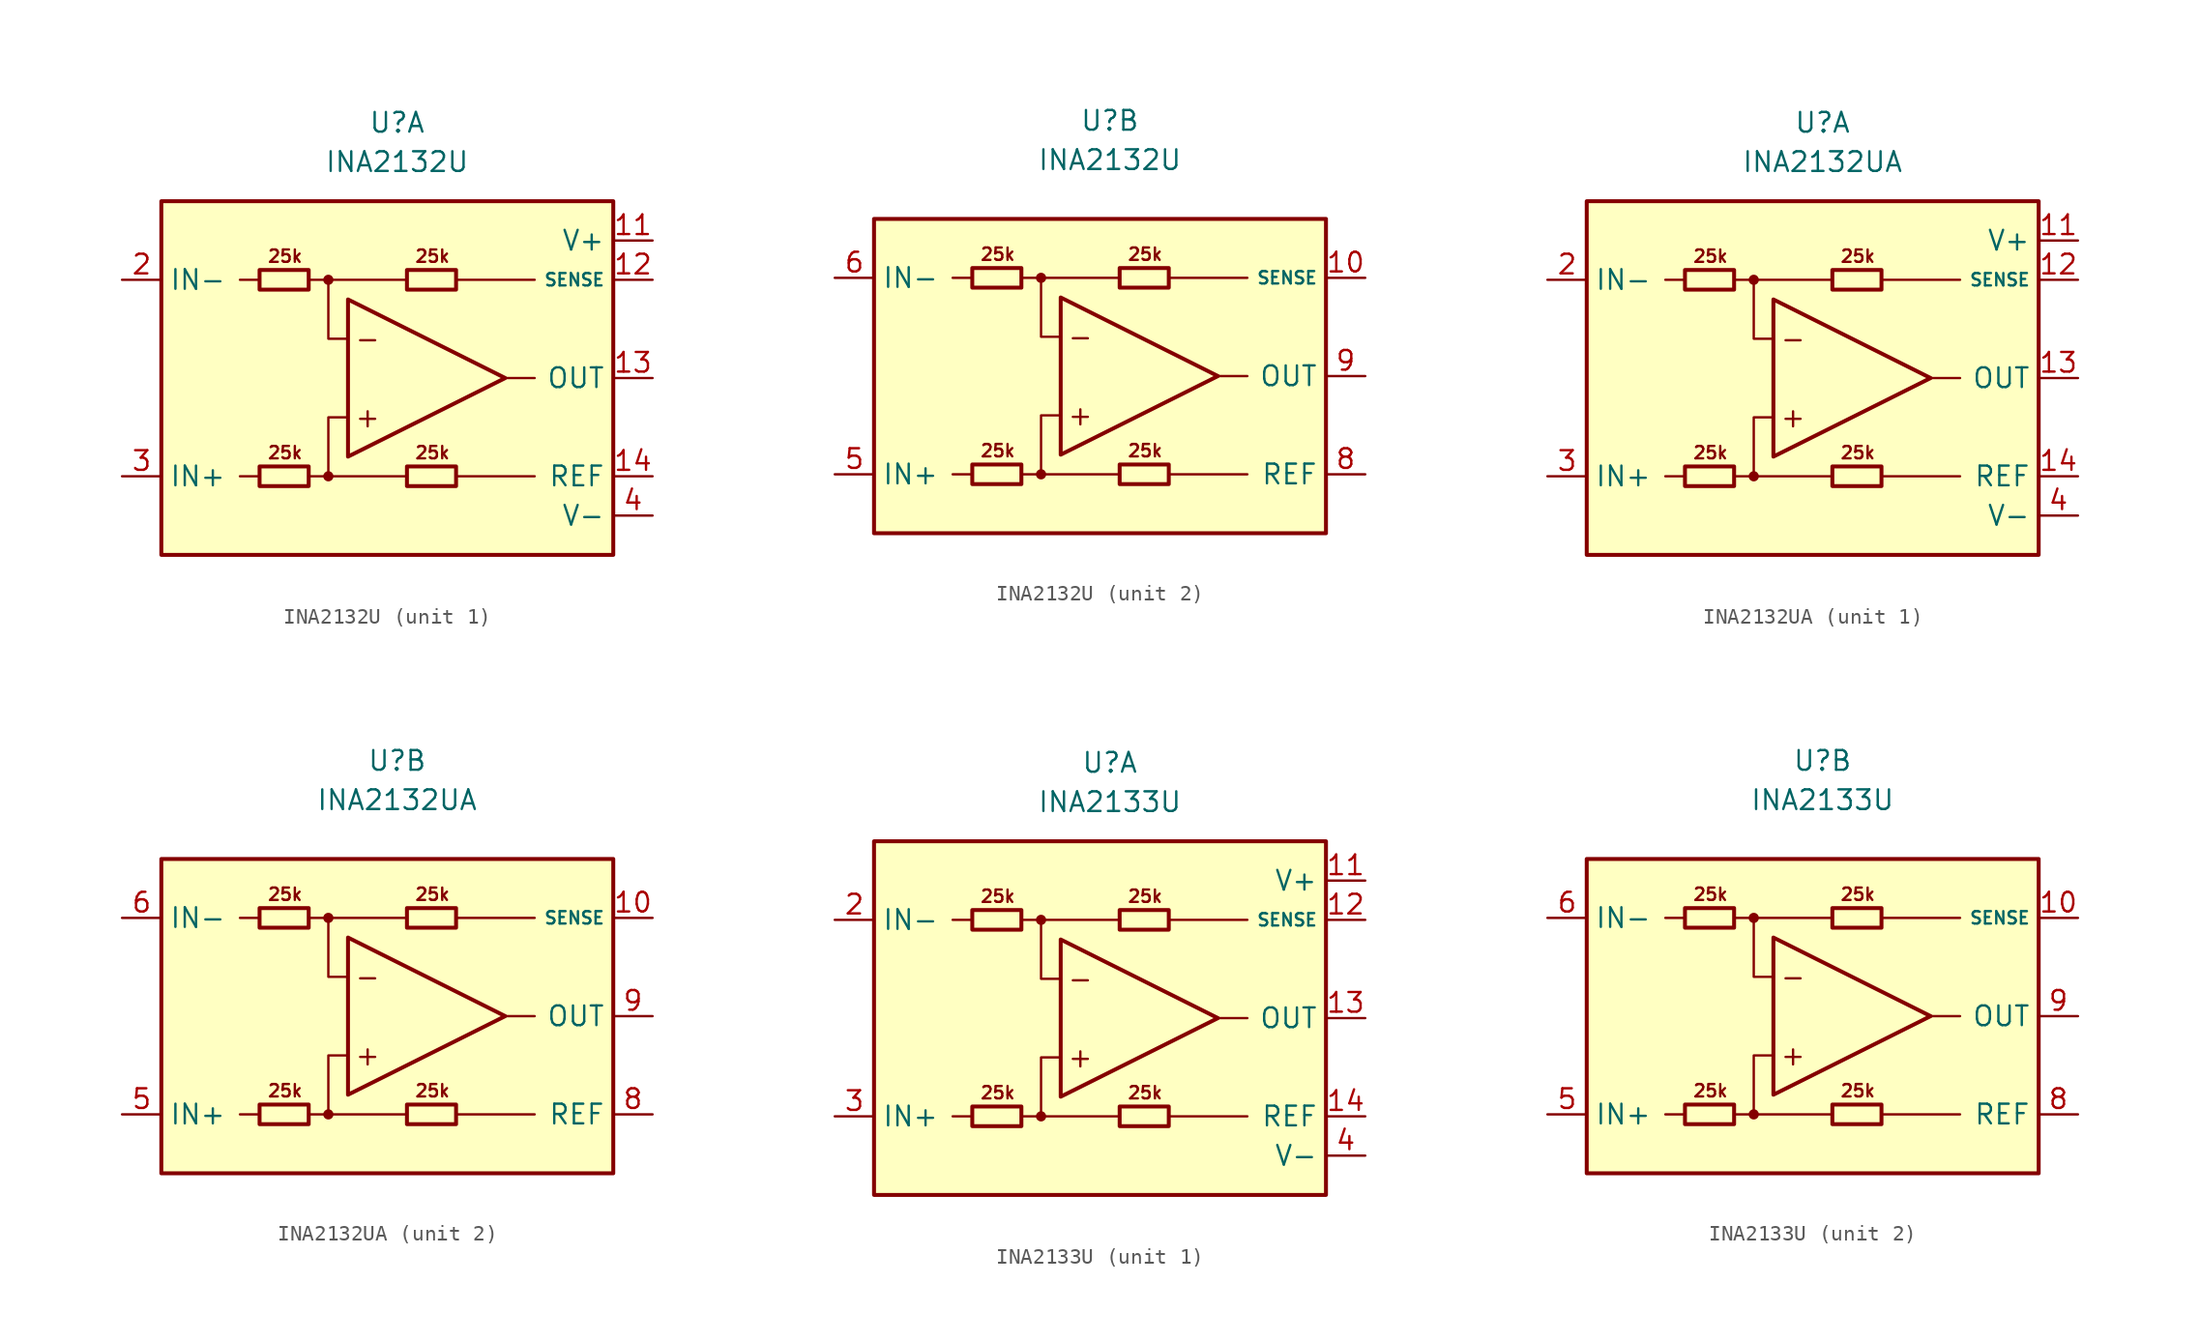
<source format=kicad_sym>
(kicad_symbol_lib
  (version 20211014)
  (generator kicad_symbol_editor)
  (symbol "INA2132U"
    (property "Reference" "U"
      (at 0 16.51 0)
      (effects (font (size 1.27 1.27))))
    (property "Value" "INA2132U"
      (at 0 13.97 0)
      (effects (font (size 1.27 1.27))))
    (property "ki_locked" ""
      (at 0 0 0)
      (effects (font (size 1.27 1.27))))
    (symbol "INA2132U_0_0"
      (circle (center -4.445 -6.35) (radius 0.254) (stroke (width 0.152) (type default) (color 0 0 0 0)) (fill (type outline)))
      (circle (center -4.445 6.35) (radius 0.254) (stroke (width 0.152) (type default) (color 0 0 0 0)) (fill (type outline)))
      (polyline (pts (xy -8.89 -6.35) (xy -10.16 -6.35)) (stroke (width 0.152) (type default) (color 0 0 0 0)) (fill (type none)))
      (polyline (pts (xy -8.89 6.35) (xy -10.16 6.35)) (stroke (width 0.152) (type default) (color 0 0 0 0)) (fill (type none)))
      (polyline (pts (xy -4.445 6.35) (xy 0.635 6.35)) (stroke (width 0.152) (type default) (color 0 0 0 0)) (fill (type none)))
      (polyline (pts (xy 0.635 -6.35) (xy -4.445 -6.35)) (stroke (width 0.152) (type default) (color 0 0 0 0)) (fill (type none)))
      (polyline (pts (xy 3.81 -6.35) (xy 8.89 -6.35)) (stroke (width 0.152) (type default) (color 0 0 0 0)) (fill (type none)))
      (polyline (pts (xy 3.81 6.35) (xy 8.89 6.35)) (stroke (width 0.152) (type default) (color 0 0 0 0)) (fill (type none)))
      (polyline (pts (xy 6.985 0) (xy 8.89 0)) (stroke (width 0.152) (type default) (color 0 0 0 0)) (fill (type none)))
      (polyline (pts (xy -5.715 -6.35) (xy -4.445 -6.35) (xy -4.445 -2.54) (xy -3.175 -2.54)) (stroke (width 0.152) (type default) (color 0 0 0 0)) (fill (type none)))
      (polyline (pts (xy -3.175 2.54) (xy -4.445 2.54) (xy -4.445 6.35) (xy -5.715 6.35)) (stroke (width 0.152) (type default) (color 0 0 0 0)) (fill (type none)))
      (text "+" (at -1.905 -2.54 0) (effects (font (size 1.27 1.27))))
      (text "-" (at -1.905 2.54 0) (effects (font (size 1.27 1.27))))
      (text "25k" (at -7.239 -4.826 0) (effects (font (size 0.8 0.8))))
      (text "25k" (at -7.239 7.874 0) (effects (font (size 0.8 0.8))))
      (text "25k" (at 2.286 -4.826 0) (effects (font (size 0.8 0.8))))
      (text "25k" (at 2.286 7.874 0) (effects (font (size 0.8 0.8)))))
    (symbol "INA2132U_0_1"
      (rectangle (start -8.89 -5.715) (end -5.715 -6.985) (stroke (width 0.254) (type default) (color 0 0 0 0)) (fill (type none)))
      (rectangle (start -8.89 6.985) (end -5.715 5.715) (stroke (width 0.254) (type default) (color 0 0 0 0)) (fill (type none)))
      (polyline (pts (xy -3.175 5.08) (xy -3.175 -5.08) (xy 6.985 0) (xy -3.175 5.08)) (stroke (width 0.254) (type default) (color 0 0 0 0)) (fill (type none)))
      (rectangle (start 0.635 -5.715) (end 3.81 -6.985) (stroke (width 0.254) (type default) (color 0 0 0 0)) (fill (type none)))
      (rectangle (start 0.635 6.985) (end 3.81 5.715) (stroke (width 0.254) (type default) (color 0 0 0 0)) (fill (type none))))
    (symbol "INA2132U_1_0"
      (rectangle (start -15.24 11.43) (end 13.97 -11.43) (stroke (width 0.254) (type default) (color 0 0 0 0)) (fill (type background))))
    (symbol "INA2132U_1_1"
      (pin no_connect line (at -10.16 1.27 0) (length 2.54) hide (name "NC" (effects (font (size 1.27 1.27)))) (number "1" (effects (font (size 1.27 1.27)))))
      (pin power_in line (at 16.51 8.89 180) (length 2.54) (name "V+" (effects (font (size 1.27 1.27)))) (number "11" (effects (font (size 1.27 1.27)))))
      (pin input line (at 16.51 6.35 180) (length 2.54) (name "SENSE" (effects (font (size 0.8 0.8)))) (number "12" (effects (font (size 1.27 1.27)))))
      (pin output line (at 16.51 0 180) (length 2.54) (name "OUT" (effects (font (size 1.27 1.27)))) (number "13" (effects (font (size 1.27 1.27)))))
      (pin input line (at 16.51 -6.35 180) (length 2.54) (name "REF" (effects (font (size 1.27 1.27)))) (number "14" (effects (font (size 1.27 1.27)))))
      (pin input line (at -17.78 6.35 0) (length 2.54) (name "IN-" (effects (font (size 1.27 1.27)))) (number "2" (effects (font (size 1.27 1.27)))))
      (pin input line (at -17.78 -6.35 0) (length 2.54) (name "IN+" (effects (font (size 1.27 1.27)))) (number "3" (effects (font (size 1.27 1.27)))))
      (pin power_in line (at 16.51 -8.89 180) (length 2.54) (name "V-" (effects (font (size 1.27 1.27)))) (number "4" (effects (font (size 1.27 1.27)))))
      (pin no_connect line (at -10.16 -1.27 0) (length 2.54) hide (name "NC" (effects (font (size 1.27 1.27)))) (number "7" (effects (font (size 1.27 1.27))))))
    (symbol "INA2132U_2_0"
      (rectangle (start -15.24 10.16) (end 13.97 -10.16) (stroke (width 0.254) (type default) (color 0 0 0 0)) (fill (type background))))
    (symbol "INA2132U_2_1"
      (pin input line (at 16.51 6.35 180) (length 2.54) (name "SENSE" (effects (font (size 0.8 0.8)))) (number "10" (effects (font (size 1.27 1.27)))))
      (pin input line (at -17.78 -6.35 0) (length 2.54) (name "IN+" (effects (font (size 1.27 1.27)))) (number "5" (effects (font (size 1.27 1.27)))))
      (pin input line (at -17.78 6.35 0) (length 2.54) (name "IN-" (effects (font (size 1.27 1.27)))) (number "6" (effects (font (size 1.27 1.27)))))
      (pin input line (at 16.51 -6.35 180) (length 2.54) (name "REF" (effects (font (size 1.27 1.27)))) (number "8" (effects (font (size 1.27 1.27)))))
      (pin output line (at 16.51 0 180) (length 2.54) (name "OUT" (effects (font (size 1.27 1.27)))) (number "9" (effects (font (size 1.27 1.27)))))))
  (symbol "INA2132UA"
    (property "Reference" "U"
      (at 0 16.51 0)
      (effects (font (size 1.27 1.27))))
    (property "Value" "INA2132UA"
      (at 0 13.97 0)
      (effects (font (size 1.27 1.27))))
    (property "ki_locked" ""
      (at 0 0 0)
      (effects (font (size 1.27 1.27))))
    (symbol "INA2132UA_0_0"
      (circle (center -4.445 -6.35) (radius 0.254) (stroke (width 0.152) (type default) (color 0 0 0 0)) (fill (type outline)))
      (circle (center -4.445 6.35) (radius 0.254) (stroke (width 0.152) (type default) (color 0 0 0 0)) (fill (type outline)))
      (polyline (pts (xy -8.89 -6.35) (xy -10.16 -6.35)) (stroke (width 0.152) (type default) (color 0 0 0 0)) (fill (type none)))
      (polyline (pts (xy -8.89 6.35) (xy -10.16 6.35)) (stroke (width 0.152) (type default) (color 0 0 0 0)) (fill (type none)))
      (polyline (pts (xy -4.445 6.35) (xy 0.635 6.35)) (stroke (width 0.152) (type default) (color 0 0 0 0)) (fill (type none)))
      (polyline (pts (xy 0.635 -6.35) (xy -4.445 -6.35)) (stroke (width 0.152) (type default) (color 0 0 0 0)) (fill (type none)))
      (polyline (pts (xy 3.81 -6.35) (xy 8.89 -6.35)) (stroke (width 0.152) (type default) (color 0 0 0 0)) (fill (type none)))
      (polyline (pts (xy 3.81 6.35) (xy 8.89 6.35)) (stroke (width 0.152) (type default) (color 0 0 0 0)) (fill (type none)))
      (polyline (pts (xy 6.985 0) (xy 8.89 0)) (stroke (width 0.152) (type default) (color 0 0 0 0)) (fill (type none)))
      (polyline (pts (xy -5.715 -6.35) (xy -4.445 -6.35) (xy -4.445 -2.54) (xy -3.175 -2.54)) (stroke (width 0.152) (type default) (color 0 0 0 0)) (fill (type none)))
      (polyline (pts (xy -3.175 2.54) (xy -4.445 2.54) (xy -4.445 6.35) (xy -5.715 6.35)) (stroke (width 0.152) (type default) (color 0 0 0 0)) (fill (type none)))
      (text "+" (at -1.905 -2.54 0) (effects (font (size 1.27 1.27))))
      (text "-" (at -1.905 2.54 0) (effects (font (size 1.27 1.27))))
      (text "25k" (at -7.239 -4.826 0) (effects (font (size 0.8 0.8))))
      (text "25k" (at -7.239 7.874 0) (effects (font (size 0.8 0.8))))
      (text "25k" (at 2.286 -4.826 0) (effects (font (size 0.8 0.8))))
      (text "25k" (at 2.286 7.874 0) (effects (font (size 0.8 0.8)))))
    (symbol "INA2132UA_0_1"
      (rectangle (start -8.89 -5.715) (end -5.715 -6.985) (stroke (width 0.254) (type default) (color 0 0 0 0)) (fill (type none)))
      (rectangle (start -8.89 6.985) (end -5.715 5.715) (stroke (width 0.254) (type default) (color 0 0 0 0)) (fill (type none)))
      (polyline (pts (xy -3.175 5.08) (xy -3.175 -5.08) (xy 6.985 0) (xy -3.175 5.08)) (stroke (width 0.254) (type default) (color 0 0 0 0)) (fill (type none)))
      (rectangle (start 0.635 -5.715) (end 3.81 -6.985) (stroke (width 0.254) (type default) (color 0 0 0 0)) (fill (type none)))
      (rectangle (start 0.635 6.985) (end 3.81 5.715) (stroke (width 0.254) (type default) (color 0 0 0 0)) (fill (type none))))
    (symbol "INA2132UA_1_0"
      (rectangle (start -15.24 11.43) (end 13.97 -11.43) (stroke (width 0.254) (type default) (color 0 0 0 0)) (fill (type background))))
    (symbol "INA2132UA_1_1"
      (pin no_connect line (at -10.16 1.27 0) (length 2.54) hide (name "NC" (effects (font (size 1.27 1.27)))) (number "1" (effects (font (size 1.27 1.27)))))
      (pin power_in line (at 16.51 8.89 180) (length 2.54) (name "V+" (effects (font (size 1.27 1.27)))) (number "11" (effects (font (size 1.27 1.27)))))
      (pin input line (at 16.51 6.35 180) (length 2.54) (name "SENSE" (effects (font (size 0.8 0.8)))) (number "12" (effects (font (size 1.27 1.27)))))
      (pin output line (at 16.51 0 180) (length 2.54) (name "OUT" (effects (font (size 1.27 1.27)))) (number "13" (effects (font (size 1.27 1.27)))))
      (pin input line (at 16.51 -6.35 180) (length 2.54) (name "REF" (effects (font (size 1.27 1.27)))) (number "14" (effects (font (size 1.27 1.27)))))
      (pin input line (at -17.78 6.35 0) (length 2.54) (name "IN-" (effects (font (size 1.27 1.27)))) (number "2" (effects (font (size 1.27 1.27)))))
      (pin input line (at -17.78 -6.35 0) (length 2.54) (name "IN+" (effects (font (size 1.27 1.27)))) (number "3" (effects (font (size 1.27 1.27)))))
      (pin power_in line (at 16.51 -8.89 180) (length 2.54) (name "V-" (effects (font (size 1.27 1.27)))) (number "4" (effects (font (size 1.27 1.27)))))
      (pin no_connect line (at -10.16 -1.27 0) (length 2.54) hide (name "NC" (effects (font (size 1.27 1.27)))) (number "7" (effects (font (size 1.27 1.27))))))
    (symbol "INA2132UA_2_0"
      (rectangle (start -15.24 10.16) (end 13.97 -10.16) (stroke (width 0.254) (type default) (color 0 0 0 0)) (fill (type background))))
    (symbol "INA2132UA_2_1"
      (pin input line (at 16.51 6.35 180) (length 2.54) (name "SENSE" (effects (font (size 0.8 0.8)))) (number "10" (effects (font (size 1.27 1.27)))))
      (pin input line (at -17.78 -6.35 0) (length 2.54) (name "IN+" (effects (font (size 1.27 1.27)))) (number "5" (effects (font (size 1.27 1.27)))))
      (pin input line (at -17.78 6.35 0) (length 2.54) (name "IN-" (effects (font (size 1.27 1.27)))) (number "6" (effects (font (size 1.27 1.27)))))
      (pin input line (at 16.51 -6.35 180) (length 2.54) (name "REF" (effects (font (size 1.27 1.27)))) (number "8" (effects (font (size 1.27 1.27)))))
      (pin output line (at 16.51 0 180) (length 2.54) (name "OUT" (effects (font (size 1.27 1.27)))) (number "9" (effects (font (size 1.27 1.27)))))))
  (symbol "INA2133U"
    (property "Reference" "U"
      (at 0 16.51 0)
      (effects (font (size 1.27 1.27))))
    (property "Value" "INA2133U"
      (at 0 13.97 0)
      (effects (font (size 1.27 1.27))))
    (property "ki_locked" ""
      (at 0 0 0)
      (effects (font (size 1.27 1.27))))
    (symbol "INA2133U_0_0"
      (circle (center -4.445 -6.35) (radius 0.254) (stroke (width 0.152) (type default) (color 0 0 0 0)) (fill (type outline)))
      (circle (center -4.445 6.35) (radius 0.254) (stroke (width 0.152) (type default) (color 0 0 0 0)) (fill (type outline)))
      (polyline (pts (xy -8.89 -6.35) (xy -10.16 -6.35)) (stroke (width 0.152) (type default) (color 0 0 0 0)) (fill (type none)))
      (polyline (pts (xy -8.89 6.35) (xy -10.16 6.35)) (stroke (width 0.152) (type default) (color 0 0 0 0)) (fill (type none)))
      (polyline (pts (xy -4.445 6.35) (xy 0.635 6.35)) (stroke (width 0.152) (type default) (color 0 0 0 0)) (fill (type none)))
      (polyline (pts (xy 0.635 -6.35) (xy -4.445 -6.35)) (stroke (width 0.152) (type default) (color 0 0 0 0)) (fill (type none)))
      (polyline (pts (xy 3.81 -6.35) (xy 8.89 -6.35)) (stroke (width 0.152) (type default) (color 0 0 0 0)) (fill (type none)))
      (polyline (pts (xy 3.81 6.35) (xy 8.89 6.35)) (stroke (width 0.152) (type default) (color 0 0 0 0)) (fill (type none)))
      (polyline (pts (xy 8.89 0) (xy 6.985 0)) (stroke (width 0.152) (type default) (color 0 0 0 0)) (fill (type none)))
      (polyline (pts (xy -5.715 -6.35) (xy -4.445 -6.35) (xy -4.445 -2.54) (xy -3.175 -2.54)) (stroke (width 0.152) (type default) (color 0 0 0 0)) (fill (type none)))
      (polyline (pts (xy -3.175 2.54) (xy -4.445 2.54) (xy -4.445 6.35) (xy -5.715 6.35)) (stroke (width 0.152) (type default) (color 0 0 0 0)) (fill (type none)))
      (text "+" (at -1.905 -2.54 0) (effects (font (size 1.27 1.27))))
      (text "-" (at -1.905 2.54 0) (effects (font (size 1.27 1.27))))
      (text "25k" (at -7.239 -4.826 0) (effects (font (size 0.8 0.8))))
      (text "25k" (at -7.239 7.874 0) (effects (font (size 0.8 0.8))))
      (text "25k" (at 2.286 -4.826 0) (effects (font (size 0.8 0.8))))
      (text "25k" (at 2.286 7.874 0) (effects (font (size 0.8 0.8)))))
    (symbol "INA2133U_0_1"
      (rectangle (start -8.89 -5.715) (end -5.715 -6.985) (stroke (width 0.254) (type default) (color 0 0 0 0)) (fill (type none)))
      (rectangle (start -8.89 6.985) (end -5.715 5.715) (stroke (width 0.254) (type default) (color 0 0 0 0)) (fill (type none)))
      (polyline (pts (xy -3.175 5.08) (xy -3.175 -5.08) (xy 6.985 0) (xy -3.175 5.08)) (stroke (width 0.254) (type default) (color 0 0 0 0)) (fill (type none)))
      (rectangle (start 0.635 -5.715) (end 3.81 -6.985) (stroke (width 0.254) (type default) (color 0 0 0 0)) (fill (type none)))
      (rectangle (start 0.635 6.985) (end 3.81 5.715) (stroke (width 0.254) (type default) (color 0 0 0 0)) (fill (type none))))
    (symbol "INA2133U_1_0"
      (rectangle (start -15.24 11.43) (end 13.97 -11.43) (stroke (width 0.254) (type default) (color 0 0 0 0)) (fill (type background))))
    (symbol "INA2133U_1_1"
      (pin no_connect line (at -10.16 1.27 0) (length 2.54) hide (name "NC" (effects (font (size 1.27 1.27)))) (number "1" (effects (font (size 1.27 1.27)))))
      (pin power_in line (at 16.51 8.89 180) (length 2.54) (name "V+" (effects (font (size 1.27 1.27)))) (number "11" (effects (font (size 1.27 1.27)))))
      (pin input line (at 16.51 6.35 180) (length 2.54) (name "SENSE" (effects (font (size 0.8 0.8)))) (number "12" (effects (font (size 1.27 1.27)))))
      (pin output line (at 16.51 0 180) (length 2.54) (name "OUT" (effects (font (size 1.27 1.27)))) (number "13" (effects (font (size 1.27 1.27)))))
      (pin input line (at 16.51 -6.35 180) (length 2.54) (name "REF" (effects (font (size 1.27 1.27)))) (number "14" (effects (font (size 1.27 1.27)))))
      (pin input line (at -17.78 6.35 0) (length 2.54) (name "IN-" (effects (font (size 1.27 1.27)))) (number "2" (effects (font (size 1.27 1.27)))))
      (pin input line (at -17.78 -6.35 0) (length 2.54) (name "IN+" (effects (font (size 1.27 1.27)))) (number "3" (effects (font (size 1.27 1.27)))))
      (pin power_in line (at 16.51 -8.89 180) (length 2.54) (name "V-" (effects (font (size 1.27 1.27)))) (number "4" (effects (font (size 1.27 1.27)))))
      (pin no_connect line (at -10.16 -1.27 0) (length 2.54) hide (name "NC" (effects (font (size 1.27 1.27)))) (number "7" (effects (font (size 1.27 1.27))))))
    (symbol "INA2133U_2_0"
      (rectangle (start -15.24 10.16) (end 13.97 -10.16) (stroke (width 0.254) (type default) (color 0 0 0 0)) (fill (type background))))
    (symbol "INA2133U_2_1"
      (pin input line (at 16.51 6.35 180) (length 2.54) (name "SENSE" (effects (font (size 0.8 0.8)))) (number "10" (effects (font (size 1.27 1.27)))))
      (pin input line (at -17.78 -6.35 0) (length 2.54) (name "IN+" (effects (font (size 1.27 1.27)))) (number "5" (effects (font (size 1.27 1.27)))))
      (pin input line (at -17.78 6.35 0) (length 2.54) (name "IN-" (effects (font (size 1.27 1.27)))) (number "6" (effects (font (size 1.27 1.27)))))
      (pin input line (at 16.51 -6.35 180) (length 2.54) (name "REF" (effects (font (size 1.27 1.27)))) (number "8" (effects (font (size 1.27 1.27)))))
      (pin output line (at 16.51 0 180) (length 2.54) (name "OUT" (effects (font (size 1.27 1.27)))) (number "9" (effects (font (size 1.27 1.27))))))))
</source>
